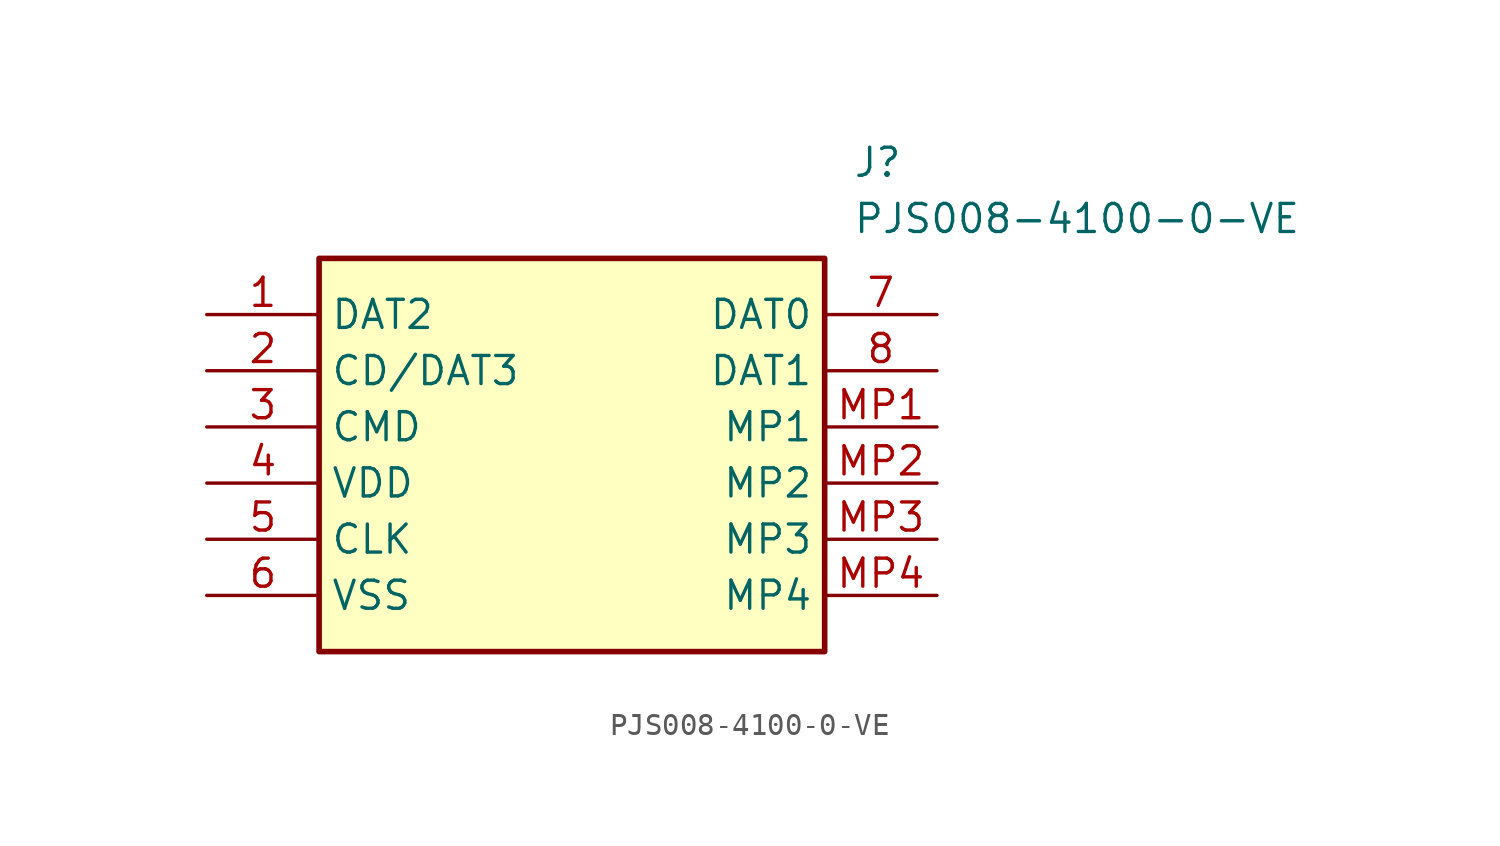
<source format=kicad_sym>
(kicad_symbol_lib
  (version 20211014)
  (generator SamacSys_ECAD_Model)
  (symbol "PJS008-4100-0-VE"
    (property "Reference" "J"
      (at 29.21 7.62 0)
      (effects (font (size 1.27 1.27)) (justify left top)))
    (property "Value" "PJS008-4100-0-VE"
      (at 29.21 5.08 0)
      (effects (font (size 1.27 1.27)) (justify left top)))
    (rectangle
      (start 5.08 2.54)
      (end 27.94 -15.24)
      (stroke (width 0.254) (type default))
      (fill (type background)))
    (pin passive line
      (at 0 0 0)
      (length 5.08)
      (name "DAT2" (effects (font (size 1.27 1.27))))
      (number "1" (effects (font (size 1.27 1.27)))))
    (pin passive line
      (at 0 -2.54 0)
      (length 5.08)
      (name "CD/DAT3" (effects (font (size 1.27 1.27))))
      (number "2" (effects (font (size 1.27 1.27)))))
    (pin passive line
      (at 0 -5.08 0)
      (length 5.08)
      (name "CMD" (effects (font (size 1.27 1.27))))
      (number "3" (effects (font (size 1.27 1.27)))))
    (pin passive line
      (at 0 -7.62 0)
      (length 5.08)
      (name "VDD" (effects (font (size 1.27 1.27))))
      (number "4" (effects (font (size 1.27 1.27)))))
    (pin passive line
      (at 0 -10.16 0)
      (length 5.08)
      (name "CLK" (effects (font (size 1.27 1.27))))
      (number "5" (effects (font (size 1.27 1.27)))))
    (pin passive line
      (at 0 -12.7 0)
      (length 5.08)
      (name "VSS" (effects (font (size 1.27 1.27))))
      (number "6" (effects (font (size 1.27 1.27)))))
    (pin passive line
      (at 33.02 0 180)
      (length 5.08)
      (name "DAT0" (effects (font (size 1.27 1.27))))
      (number "7" (effects (font (size 1.27 1.27)))))
    (pin passive line
      (at 33.02 -2.54 180)
      (length 5.08)
      (name "DAT1" (effects (font (size 1.27 1.27))))
      (number "8" (effects (font (size 1.27 1.27)))))
    (pin passive line
      (at 33.02 -5.08 180)
      (length 5.08)
      (name "MP1" (effects (font (size 1.27 1.27))))
      (number "MP1" (effects (font (size 1.27 1.27)))))
    (pin passive line
      (at 33.02 -7.62 180)
      (length 5.08)
      (name "MP2" (effects (font (size 1.27 1.27))))
      (number "MP2" (effects (font (size 1.27 1.27)))))
    (pin passive line
      (at 33.02 -10.16 180)
      (length 5.08)
      (name "MP3" (effects (font (size 1.27 1.27))))
      (number "MP3" (effects (font (size 1.27 1.27)))))
    (pin passive line
      (at 33.02 -12.7 180)
      (length 5.08)
      (name "MP4" (effects (font (size 1.27 1.27))))
      (number "MP4" (effects (font (size 1.27 1.27)))))))
</source>
